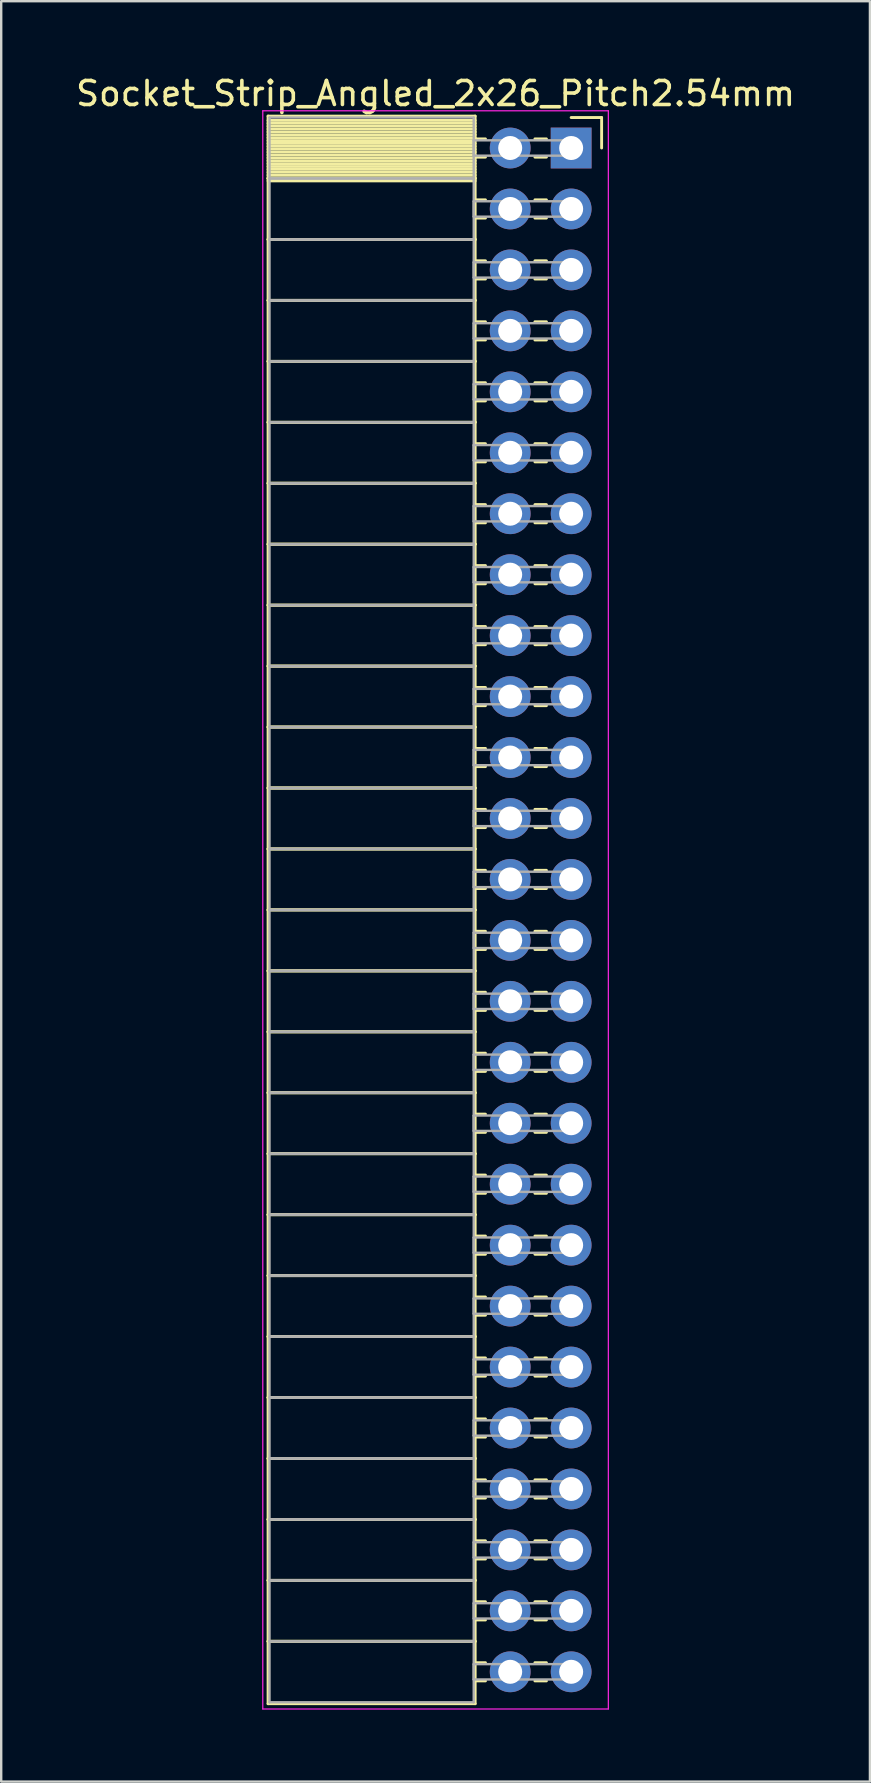
<source format=kicad_pcb>
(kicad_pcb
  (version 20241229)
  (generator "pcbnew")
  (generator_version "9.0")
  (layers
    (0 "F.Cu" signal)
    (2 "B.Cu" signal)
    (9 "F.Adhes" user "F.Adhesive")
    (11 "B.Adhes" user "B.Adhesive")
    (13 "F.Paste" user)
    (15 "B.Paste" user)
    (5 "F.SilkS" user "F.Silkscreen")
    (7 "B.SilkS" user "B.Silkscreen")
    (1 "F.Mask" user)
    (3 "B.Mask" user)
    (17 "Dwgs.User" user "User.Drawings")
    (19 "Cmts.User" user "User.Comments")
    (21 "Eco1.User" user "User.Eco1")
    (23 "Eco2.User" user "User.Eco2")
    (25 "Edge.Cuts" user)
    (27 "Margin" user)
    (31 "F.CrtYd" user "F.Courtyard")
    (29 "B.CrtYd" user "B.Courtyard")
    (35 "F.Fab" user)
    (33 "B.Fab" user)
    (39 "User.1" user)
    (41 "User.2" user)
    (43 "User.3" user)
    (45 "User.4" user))
  (footprint "Socket_Strip_Angled_2x26_Pitch2.54mm"
    (layer "F.Cu")
    (at 20.751 3.118)
    (property "Reference" "Socket_Strip_Angled_2x26_Pitch2.54mm" (at -5.65 -2.27 0) (layer "F.SilkS") (effects (font (size 1 1) (thickness 0.15))))
    (attr through_hole)
    (fp_line (start -12.63 -1.33) (end -4 -1.33) (stroke (width 0.12) (type solid)) (layer "F.SilkS"))
    (fp_line (start -12.63 1.27) (end -12.63 -1.33) (stroke (width 0.12) (type solid)) (layer "F.SilkS"))
    (fp_line (start -12.63 1.27) (end -4 1.27) (stroke (width 0.12) (type solid)) (layer "F.SilkS"))
    (fp_line (start -12.63 3.81) (end -12.63 1.27) (stroke (width 0.12) (type solid)) (layer "F.SilkS"))
    (fp_line (start -12.63 3.81) (end -4 3.81) (stroke (width 0.12) (type solid)) (layer "F.SilkS"))
    (fp_line (start -12.63 6.35) (end -12.63 3.81) (stroke (width 0.12) (type solid)) (layer "F.SilkS"))
    (fp_line (start -12.63 6.35) (end -4 6.35) (stroke (width 0.12) (type solid)) (layer "F.SilkS"))
    (fp_line (start -12.63 8.89) (end -12.63 6.35) (stroke (width 0.12) (type solid)) (layer "F.SilkS"))
    (fp_line (start -12.63 8.89) (end -4 8.89) (stroke (width 0.12) (type solid)) (layer "F.SilkS"))
    (fp_line (start -12.63 11.43) (end -12.63 8.89) (stroke (width 0.12) (type solid)) (layer "F.SilkS"))
    (fp_line (start -12.63 11.43) (end -4 11.43) (stroke (width 0.12) (type solid)) (layer "F.SilkS"))
    (fp_line (start -12.63 13.97) (end -12.63 11.43) (stroke (width 0.12) (type solid)) (layer "F.SilkS"))
    (fp_line (start -12.63 13.97) (end -4 13.97) (stroke (width 0.12) (type solid)) (layer "F.SilkS"))
    (fp_line (start -12.63 16.51) (end -12.63 13.97) (stroke (width 0.12) (type solid)) (layer "F.SilkS"))
    (fp_line (start -12.63 16.51) (end -4 16.51) (stroke (width 0.12) (type solid)) (layer "F.SilkS"))
    (fp_line (start -12.63 19.05) (end -12.63 16.51) (stroke (width 0.12) (type solid)) (layer "F.SilkS"))
    (fp_line (start -12.63 19.05) (end -4 19.05) (stroke (width 0.12) (type solid)) (layer "F.SilkS"))
    (fp_line (start -12.63 21.59) (end -12.63 19.05) (stroke (width 0.12) (type solid)) (layer "F.SilkS"))
    (fp_line (start -12.63 21.59) (end -4 21.59) (stroke (width 0.12) (type solid)) (layer "F.SilkS"))
    (fp_line (start -12.63 24.13) (end -12.63 21.59) (stroke (width 0.12) (type solid)) (layer "F.SilkS"))
    (fp_line (start -12.63 24.13) (end -4 24.13) (stroke (width 0.12) (type solid)) (layer "F.SilkS"))
    (fp_line (start -12.63 26.67) (end -12.63 24.13) (stroke (width 0.12) (type solid)) (layer "F.SilkS"))
    (fp_line (start -12.63 26.67) (end -4 26.67) (stroke (width 0.12) (type solid)) (layer "F.SilkS"))
    (fp_line (start -12.63 29.21) (end -12.63 26.67) (stroke (width 0.12) (type solid)) (layer "F.SilkS"))
    (fp_line (start -12.63 29.21) (end -4 29.21) (stroke (width 0.12) (type solid)) (layer "F.SilkS"))
    (fp_line (start -12.63 31.75) (end -12.63 29.21) (stroke (width 0.12) (type solid)) (layer "F.SilkS"))
    (fp_line (start -12.63 31.75) (end -4 31.75) (stroke (width 0.12) (type solid)) (layer "F.SilkS"))
    (fp_line (start -12.63 34.29) (end -12.63 31.75) (stroke (width 0.12) (type solid)) (layer "F.SilkS"))
    (fp_line (start -12.63 34.29) (end -4 34.29) (stroke (width 0.12) (type solid)) (layer "F.SilkS"))
    (fp_line (start -12.63 36.83) (end -12.63 34.29) (stroke (width 0.12) (type solid)) (layer "F.SilkS"))
    (fp_line (start -12.63 36.83) (end -4 36.83) (stroke (width 0.12) (type solid)) (layer "F.SilkS"))
    (fp_line (start -12.63 39.37) (end -12.63 36.83) (stroke (width 0.12) (type solid)) (layer "F.SilkS"))
    (fp_line (start -12.63 39.37) (end -4 39.37) (stroke (width 0.12) (type solid)) (layer "F.SilkS"))
    (fp_line (start -12.63 41.91) (end -12.63 39.37) (stroke (width 0.12) (type solid)) (layer "F.SilkS"))
    (fp_line (start -12.63 41.91) (end -4 41.91) (stroke (width 0.12) (type solid)) (layer "F.SilkS"))
    (fp_line (start -12.63 44.45) (end -12.63 41.91) (stroke (width 0.12) (type solid)) (layer "F.SilkS"))
    (fp_line (start -12.63 44.45) (end -4 44.45) (stroke (width 0.12) (type solid)) (layer "F.SilkS"))
    (fp_line (start -12.63 46.99) (end -12.63 44.45) (stroke (width 0.12) (type solid)) (layer "F.SilkS"))
    (fp_line (start -12.63 46.99) (end -4 46.99) (stroke (width 0.12) (type solid)) (layer "F.SilkS"))
    (fp_line (start -12.63 49.53) (end -12.63 46.99) (stroke (width 0.12) (type solid)) (layer "F.SilkS"))
    (fp_line (start -12.63 49.53) (end -4 49.53) (stroke (width 0.12) (type solid)) (layer "F.SilkS"))
    (fp_line (start -12.63 52.07) (end -12.63 49.53) (stroke (width 0.12) (type solid)) (layer "F.SilkS"))
    (fp_line (start -12.63 52.07) (end -4 52.07) (stroke (width 0.12) (type solid)) (layer "F.SilkS"))
    (fp_line (start -12.63 54.61) (end -12.63 52.07) (stroke (width 0.12) (type solid)) (layer "F.SilkS"))
    (fp_line (start -12.63 54.61) (end -4 54.61) (stroke (width 0.12) (type solid)) (layer "F.SilkS"))
    (fp_line (start -12.63 57.15) (end -12.63 54.61) (stroke (width 0.12) (type solid)) (layer "F.SilkS"))
    (fp_line (start -12.63 57.15) (end -4 57.15) (stroke (width 0.12) (type solid)) (layer "F.SilkS"))
    (fp_line (start -12.63 59.69) (end -12.63 57.15) (stroke (width 0.12) (type solid)) (layer "F.SilkS"))
    (fp_line (start -12.63 59.69) (end -4 59.69) (stroke (width 0.12) (type solid)) (layer "F.SilkS"))
    (fp_line (start -12.63 62.23) (end -12.63 59.69) (stroke (width 0.12) (type solid)) (layer "F.SilkS"))
    (fp_line (start -12.63 62.23) (end -4 62.23) (stroke (width 0.12) (type solid)) (layer "F.SilkS"))
    (fp_line (start -12.63 64.83) (end -12.63 62.23) (stroke (width 0.12) (type solid)) (layer "F.SilkS"))
    (fp_line (start -4 -1.33) (end -4 1.27) (stroke (width 0.12) (type solid)) (layer "F.SilkS"))
    (fp_line (start -4 -1.15) (end -12.63 -1.15) (stroke (width 0.12) (type solid)) (layer "F.SilkS"))
    (fp_line (start -4 -1.03) (end -12.63 -1.03) (stroke (width 0.12) (type solid)) (layer "F.SilkS"))
    (fp_line (start -4 -0.91) (end -12.63 -0.91) (stroke (width 0.12) (type solid)) (layer "F.SilkS"))
    (fp_line (start -4 -0.79) (end -12.63 -0.79) (stroke (width 0.12) (type solid)) (layer "F.SilkS"))
    (fp_line (start -4 -0.67) (end -12.63 -0.67) (stroke (width 0.12) (type solid)) (layer "F.SilkS"))
    (fp_line (start -4 -0.55) (end -12.63 -0.55) (stroke (width 0.12) (type solid)) (layer "F.SilkS"))
    (fp_line (start -4 -0.43) (end -12.63 -0.43) (stroke (width 0.12) (type solid)) (layer "F.SilkS"))
    (fp_line (start -4 -0.31) (end -12.63 -0.31) (stroke (width 0.12) (type solid)) (layer "F.SilkS"))
    (fp_line (start -4 -0.19) (end -12.63 -0.19) (stroke (width 0.12) (type solid)) (layer "F.SilkS"))
    (fp_line (start -4 -0.07) (end -12.63 -0.07) (stroke (width 0.12) (type solid)) (layer "F.SilkS"))
    (fp_line (start -4 0.05) (end -12.63 0.05) (stroke (width 0.12) (type solid)) (layer "F.SilkS"))
    (fp_line (start -4 0.17) (end -12.63 0.17) (stroke (width 0.12) (type solid)) (layer "F.SilkS"))
    (fp_line (start -4 0.29) (end -12.63 0.29) (stroke (width 0.12) (type solid)) (layer "F.SilkS"))
    (fp_line (start -4 0.41) (end -12.63 0.41) (stroke (width 0.12) (type solid)) (layer "F.SilkS"))
    (fp_line (start -4 0.53) (end -12.63 0.53) (stroke (width 0.12) (type solid)) (layer "F.SilkS"))
    (fp_line (start -4 0.65) (end -12.63 0.65) (stroke (width 0.12) (type solid)) (layer "F.SilkS"))
    (fp_line (start -4 0.77) (end -12.63 0.77) (stroke (width 0.12) (type solid)) (layer "F.SilkS"))
    (fp_line (start -4 0.89) (end -12.63 0.89) (stroke (width 0.12) (type solid)) (layer "F.SilkS"))
    (fp_line (start -4 1.01) (end -12.63 1.01) (stroke (width 0.12) (type solid)) (layer "F.SilkS"))
    (fp_line (start -4 1.13) (end -12.63 1.13) (stroke (width 0.12) (type solid)) (layer "F.SilkS"))
    (fp_line (start -4 1.25) (end -12.63 1.25) (stroke (width 0.12) (type solid)) (layer "F.SilkS"))
    (fp_line (start -4 1.27) (end -12.63 1.27) (stroke (width 0.12) (type solid)) (layer "F.SilkS"))
    (fp_line (start -4 1.27) (end -4 3.81) (stroke (width 0.12) (type solid)) (layer "F.SilkS"))
    (fp_line (start -4 1.37) (end -12.63 1.37) (stroke (width 0.12) (type solid)) (layer "F.SilkS"))
    (fp_line (start -4 3.81) (end -12.63 3.81) (stroke (width 0.12) (type solid)) (layer "F.SilkS"))
    (fp_line (start -4 3.81) (end -4 6.35) (stroke (width 0.12) (type solid)) (layer "F.SilkS"))
    (fp_line (start -4 6.35) (end -12.63 6.35) (stroke (width 0.12) (type solid)) (layer "F.SilkS"))
    (fp_line (start -4 6.35) (end -4 8.89) (stroke (width 0.12) (type solid)) (layer "F.SilkS"))
    (fp_line (start -4 8.89) (end -12.63 8.89) (stroke (width 0.12) (type solid)) (layer "F.SilkS"))
    (fp_line (start -4 8.89) (end -4 11.43) (stroke (width 0.12) (type solid)) (layer "F.SilkS"))
    (fp_line (start -4 11.43) (end -12.63 11.43) (stroke (width 0.12) (type solid)) (layer "F.SilkS"))
    (fp_line (start -4 11.43) (end -4 13.97) (stroke (width 0.12) (type solid)) (layer "F.SilkS"))
    (fp_line (start -4 13.97) (end -12.63 13.97) (stroke (width 0.12) (type solid)) (layer "F.SilkS"))
    (fp_line (start -4 13.97) (end -4 16.51) (stroke (width 0.12) (type solid)) (layer "F.SilkS"))
    (fp_line (start -4 16.51) (end -12.63 16.51) (stroke (width 0.12) (type solid)) (layer "F.SilkS"))
    (fp_line (start -4 16.51) (end -4 19.05) (stroke (width 0.12) (type solid)) (layer "F.SilkS"))
    (fp_line (start -4 19.05) (end -12.63 19.05) (stroke (width 0.12) (type solid)) (layer "F.SilkS"))
    (fp_line (start -4 19.05) (end -4 21.59) (stroke (width 0.12) (type solid)) (layer "F.SilkS"))
    (fp_line (start -4 21.59) (end -12.63 21.59) (stroke (width 0.12) (type solid)) (layer "F.SilkS"))
    (fp_line (start -4 21.59) (end -4 24.13) (stroke (width 0.12) (type solid)) (layer "F.SilkS"))
    (fp_line (start -4 24.13) (end -12.63 24.13) (stroke (width 0.12) (type solid)) (layer "F.SilkS"))
    (fp_line (start -4 24.13) (end -4 26.67) (stroke (width 0.12) (type solid)) (layer "F.SilkS"))
    (fp_line (start -4 26.67) (end -12.63 26.67) (stroke (width 0.12) (type solid)) (layer "F.SilkS"))
    (fp_line (start -4 26.67) (end -4 29.21) (stroke (width 0.12) (type solid)) (layer "F.SilkS"))
    (fp_line (start -4 29.21) (end -12.63 29.21) (stroke (width 0.12) (type solid)) (layer "F.SilkS"))
    (fp_line (start -4 29.21) (end -4 31.75) (stroke (width 0.12) (type solid)) (layer "F.SilkS"))
    (fp_line (start -4 31.75) (end -12.63 31.75) (stroke (width 0.12) (type solid)) (layer "F.SilkS"))
    (fp_line (start -4 31.75) (end -4 34.29) (stroke (width 0.12) (type solid)) (layer "F.SilkS"))
    (fp_line (start -4 34.29) (end -12.63 34.29) (stroke (width 0.12) (type solid)) (layer "F.SilkS"))
    (fp_line (start -4 34.29) (end -4 36.83) (stroke (width 0.12) (type solid)) (layer "F.SilkS"))
    (fp_line (start -4 36.83) (end -12.63 36.83) (stroke (width 0.12) (type solid)) (layer "F.SilkS"))
    (fp_line (start -4 36.83) (end -4 39.37) (stroke (width 0.12) (type solid)) (layer "F.SilkS"))
    (fp_line (start -4 39.37) (end -12.63 39.37) (stroke (width 0.12) (type solid)) (layer "F.SilkS"))
    (fp_line (start -4 39.37) (end -4 41.91) (stroke (width 0.12) (type solid)) (layer "F.SilkS"))
    (fp_line (start -4 41.91) (end -12.63 41.91) (stroke (width 0.12) (type solid)) (layer "F.SilkS"))
    (fp_line (start -4 41.91) (end -4 44.45) (stroke (width 0.12) (type solid)) (layer "F.SilkS"))
    (fp_line (start -4 44.45) (end -12.63 44.45) (stroke (width 0.12) (type solid)) (layer "F.SilkS"))
    (fp_line (start -4 44.45) (end -4 46.99) (stroke (width 0.12) (type solid)) (layer "F.SilkS"))
    (fp_line (start -4 46.99) (end -12.63 46.99) (stroke (width 0.12) (type solid)) (layer "F.SilkS"))
    (fp_line (start -4 46.99) (end -4 49.53) (stroke (width 0.12) (type solid)) (layer "F.SilkS"))
    (fp_line (start -4 49.53) (end -12.63 49.53) (stroke (width 0.12) (type solid)) (layer "F.SilkS"))
    (fp_line (start -4 49.53) (end -4 52.07) (stroke (width 0.12) (type solid)) (layer "F.SilkS"))
    (fp_line (start -4 52.07) (end -12.63 52.07) (stroke (width 0.12) (type solid)) (layer "F.SilkS"))
    (fp_line (start -4 52.07) (end -4 54.61) (stroke (width 0.12) (type solid)) (layer "F.SilkS"))
    (fp_line (start -4 54.61) (end -12.63 54.61) (stroke (width 0.12) (type solid)) (layer "F.SilkS"))
    (fp_line (start -4 54.61) (end -4 57.15) (stroke (width 0.12) (type solid)) (layer "F.SilkS"))
    (fp_line (start -4 57.15) (end -12.63 57.15) (stroke (width 0.12) (type solid)) (layer "F.SilkS"))
    (fp_line (start -4 57.15) (end -4 59.69) (stroke (width 0.12) (type solid)) (layer "F.SilkS"))
    (fp_line (start -4 59.69) (end -12.63 59.69) (stroke (width 0.12) (type solid)) (layer "F.SilkS"))
    (fp_line (start -4 59.69) (end -4 62.23) (stroke (width 0.12) (type solid)) (layer "F.SilkS"))
    (fp_line (start -4 62.23) (end -12.63 62.23) (stroke (width 0.12) (type solid)) (layer "F.SilkS"))
    (fp_line (start -4 62.23) (end -4 64.83) (stroke (width 0.12) (type solid)) (layer "F.SilkS"))
    (fp_line (start -4 64.83) (end -12.63 64.83) (stroke (width 0.12) (type solid)) (layer "F.SilkS"))
    (fp_line (start -3.57 -0.38) (end -4 -0.38) (stroke (width 0.12) (type solid)) (layer "F.SilkS"))
    (fp_line (start -3.57 0.38) (end -4 0.38) (stroke (width 0.12) (type solid)) (layer "F.SilkS"))
    (fp_line (start -3.57 2.16) (end -4 2.16) (stroke (width 0.12) (type solid)) (layer "F.SilkS"))
    (fp_line (start -3.57 2.92) (end -4 2.92) (stroke (width 0.12) (type solid)) (layer "F.SilkS"))
    (fp_line (start -3.57 4.7) (end -4 4.7) (stroke (width 0.12) (type solid)) (layer "F.SilkS"))
    (fp_line (start -3.57 5.46) (end -4 5.46) (stroke (width 0.12) (type solid)) (layer "F.SilkS"))
    (fp_line (start -3.57 7.24) (end -4 7.24) (stroke (width 0.12) (type solid)) (layer "F.SilkS"))
    (fp_line (start -3.57 8) (end -4 8) (stroke (width 0.12) (type solid)) (layer "F.SilkS"))
    (fp_line (start -3.57 9.78) (end -4 9.78) (stroke (width 0.12) (type solid)) (layer "F.SilkS"))
    (fp_line (start -3.57 10.54) (end -4 10.54) (stroke (width 0.12) (type solid)) (layer "F.SilkS"))
    (fp_line (start -3.57 12.32) (end -4 12.32) (stroke (width 0.12) (type solid)) (layer "F.SilkS"))
    (fp_line (start -3.57 13.08) (end -4 13.08) (stroke (width 0.12) (type solid)) (layer "F.SilkS"))
    (fp_line (start -3.57 14.86) (end -4 14.86) (stroke (width 0.12) (type solid)) (layer "F.SilkS"))
    (fp_line (start -3.57 15.62) (end -4 15.62) (stroke (width 0.12) (type solid)) (layer "F.SilkS"))
    (fp_line (start -3.57 17.4) (end -4 17.4) (stroke (width 0.12) (type solid)) (layer "F.SilkS"))
    (fp_line (start -3.57 18.16) (end -4 18.16) (stroke (width 0.12) (type solid)) (layer "F.SilkS"))
    (fp_line (start -3.57 19.94) (end -4 19.94) (stroke (width 0.12) (type solid)) (layer "F.SilkS"))
    (fp_line (start -3.57 20.7) (end -4 20.7) (stroke (width 0.12) (type solid)) (layer "F.SilkS"))
    (fp_line (start -3.57 22.48) (end -4 22.48) (stroke (width 0.12) (type solid)) (layer "F.SilkS"))
    (fp_line (start -3.57 23.24) (end -4 23.24) (stroke (width 0.12) (type solid)) (layer "F.SilkS"))
    (fp_line (start -3.57 25.02) (end -4 25.02) (stroke (width 0.12) (type solid)) (layer "F.SilkS"))
    (fp_line (start -3.57 25.78) (end -4 25.78) (stroke (width 0.12) (type solid)) (layer "F.SilkS"))
    (fp_line (start -3.57 27.56) (end -4 27.56) (stroke (width 0.12) (type solid)) (layer "F.SilkS"))
    (fp_line (start -3.57 28.32) (end -4 28.32) (stroke (width 0.12) (type solid)) (layer "F.SilkS"))
    (fp_line (start -3.57 30.1) (end -4 30.1) (stroke (width 0.12) (type solid)) (layer "F.SilkS"))
    (fp_line (start -3.57 30.86) (end -4 30.86) (stroke (width 0.12) (type solid)) (layer "F.SilkS"))
    (fp_line (start -3.57 32.64) (end -4 32.64) (stroke (width 0.12) (type solid)) (layer "F.SilkS"))
    (fp_line (start -3.57 33.4) (end -4 33.4) (stroke (width 0.12) (type solid)) (layer "F.SilkS"))
    (fp_line (start -3.57 35.18) (end -4 35.18) (stroke (width 0.12) (type solid)) (layer "F.SilkS"))
    (fp_line (start -3.57 35.94) (end -4 35.94) (stroke (width 0.12) (type solid)) (layer "F.SilkS"))
    (fp_line (start -3.57 37.72) (end -4 37.72) (stroke (width 0.12) (type solid)) (layer "F.SilkS"))
    (fp_line (start -3.57 38.48) (end -4 38.48) (stroke (width 0.12) (type solid)) (layer "F.SilkS"))
    (fp_line (start -3.57 40.26) (end -4 40.26) (stroke (width 0.12) (type solid)) (layer "F.SilkS"))
    (fp_line (start -3.57 41.02) (end -4 41.02) (stroke (width 0.12) (type solid)) (layer "F.SilkS"))
    (fp_line (start -3.57 42.8) (end -4 42.8) (stroke (width 0.12) (type solid)) (layer "F.SilkS"))
    (fp_line (start -3.57 43.56) (end -4 43.56) (stroke (width 0.12) (type solid)) (layer "F.SilkS"))
    (fp_line (start -3.57 45.34) (end -4 45.34) (stroke (width 0.12) (type solid)) (layer "F.SilkS"))
    (fp_line (start -3.57 46.1) (end -4 46.1) (stroke (width 0.12) (type solid)) (layer "F.SilkS"))
    (fp_line (start -3.57 47.88) (end -4 47.88) (stroke (width 0.12) (type solid)) (layer "F.SilkS"))
    (fp_line (start -3.57 48.64) (end -4 48.64) (stroke (width 0.12) (type solid)) (layer "F.SilkS"))
    (fp_line (start -3.57 50.42) (end -4 50.42) (stroke (width 0.12) (type solid)) (layer "F.SilkS"))
    (fp_line (start -3.57 51.18) (end -4 51.18) (stroke (width 0.12) (type solid)) (layer "F.SilkS"))
    (fp_line (start -3.57 52.96) (end -4 52.96) (stroke (width 0.12) (type solid)) (layer "F.SilkS"))
    (fp_line (start -3.57 53.72) (end -4 53.72) (stroke (width 0.12) (type solid)) (layer "F.SilkS"))
    (fp_line (start -3.57 55.5) (end -4 55.5) (stroke (width 0.12) (type solid)) (layer "F.SilkS"))
    (fp_line (start -3.57 56.26) (end -4 56.26) (stroke (width 0.12) (type solid)) (layer "F.SilkS"))
    (fp_line (start -3.57 58.04) (end -4 58.04) (stroke (width 0.12) (type solid)) (layer "F.SilkS"))
    (fp_line (start -3.57 58.8) (end -4 58.8) (stroke (width 0.12) (type solid)) (layer "F.SilkS"))
    (fp_line (start -3.57 60.58) (end -4 60.58) (stroke (width 0.12) (type solid)) (layer "F.SilkS"))
    (fp_line (start -3.57 61.34) (end -4 61.34) (stroke (width 0.12) (type solid)) (layer "F.SilkS"))
    (fp_line (start -3.57 63.12) (end -4 63.12) (stroke (width 0.12) (type solid)) (layer "F.SilkS"))
    (fp_line (start -3.57 63.88) (end -4 63.88) (stroke (width 0.12) (type solid)) (layer "F.SilkS"))
    (fp_line (start -1.03 -0.38) (end -1.51 -0.38) (stroke (width 0.12) (type solid)) (layer "F.SilkS"))
    (fp_line (start -1.03 0.38) (end -1.51 0.38) (stroke (width 0.12) (type solid)) (layer "F.SilkS"))
    (fp_line (start -1.03 2.16) (end -1.51 2.16) (stroke (width 0.12) (type solid)) (layer "F.SilkS"))
    (fp_line (start -1.03 2.92) (end -1.51 2.92) (stroke (width 0.12) (type solid)) (layer "F.SilkS"))
    (fp_line (start -1.03 4.7) (end -1.51 4.7) (stroke (width 0.12) (type solid)) (layer "F.SilkS"))
    (fp_line (start -1.03 5.46) (end -1.51 5.46) (stroke (width 0.12) (type solid)) (layer "F.SilkS"))
    (fp_line (start -1.03 7.24) (end -1.51 7.24) (stroke (width 0.12) (type solid)) (layer "F.SilkS"))
    (fp_line (start -1.03 8) (end -1.51 8) (stroke (width 0.12) (type solid)) (layer "F.SilkS"))
    (fp_line (start -1.03 9.78) (end -1.51 9.78) (stroke (width 0.12) (type solid)) (layer "F.SilkS"))
    (fp_line (start -1.03 10.54) (end -1.51 10.54) (stroke (width 0.12) (type solid)) (layer "F.SilkS"))
    (fp_line (start -1.03 12.32) (end -1.51 12.32) (stroke (width 0.12) (type solid)) (layer "F.SilkS"))
    (fp_line (start -1.03 13.08) (end -1.51 13.08) (stroke (width 0.12) (type solid)) (layer "F.SilkS"))
    (fp_line (start -1.03 14.86) (end -1.51 14.86) (stroke (width 0.12) (type solid)) (layer "F.SilkS"))
    (fp_line (start -1.03 15.62) (end -1.51 15.62) (stroke (width 0.12) (type solid)) (layer "F.SilkS"))
    (fp_line (start -1.03 17.4) (end -1.51 17.4) (stroke (width 0.12) (type solid)) (layer "F.SilkS"))
    (fp_line (start -1.03 18.16) (end -1.51 18.16) (stroke (width 0.12) (type solid)) (layer "F.SilkS"))
    (fp_line (start -1.03 19.94) (end -1.51 19.94) (stroke (width 0.12) (type solid)) (layer "F.SilkS"))
    (fp_line (start -1.03 20.7) (end -1.51 20.7) (stroke (width 0.12) (type solid)) (layer "F.SilkS"))
    (fp_line (start -1.03 22.48) (end -1.51 22.48) (stroke (width 0.12) (type solid)) (layer "F.SilkS"))
    (fp_line (start -1.03 23.24) (end -1.51 23.24) (stroke (width 0.12) (type solid)) (layer "F.SilkS"))
    (fp_line (start -1.03 25.02) (end -1.51 25.02) (stroke (width 0.12) (type solid)) (layer "F.SilkS"))
    (fp_line (start -1.03 25.78) (end -1.51 25.78) (stroke (width 0.12) (type solid)) (layer "F.SilkS"))
    (fp_line (start -1.03 27.56) (end -1.51 27.56) (stroke (width 0.12) (type solid)) (layer "F.SilkS"))
    (fp_line (start -1.03 28.32) (end -1.51 28.32) (stroke (width 0.12) (type solid)) (layer "F.SilkS"))
    (fp_line (start -1.03 30.1) (end -1.51 30.1) (stroke (width 0.12) (type solid)) (layer "F.SilkS"))
    (fp_line (start -1.03 30.86) (end -1.51 30.86) (stroke (width 0.12) (type solid)) (layer "F.SilkS"))
    (fp_line (start -1.03 32.64) (end -1.51 32.64) (stroke (width 0.12) (type solid)) (layer "F.SilkS"))
    (fp_line (start -1.03 33.4) (end -1.51 33.4) (stroke (width 0.12) (type solid)) (layer "F.SilkS"))
    (fp_line (start -1.03 35.18) (end -1.51 35.18) (stroke (width 0.12) (type solid)) (layer "F.SilkS"))
    (fp_line (start -1.03 35.94) (end -1.51 35.94) (stroke (width 0.12) (type solid)) (layer "F.SilkS"))
    (fp_line (start -1.03 37.72) (end -1.51 37.72) (stroke (width 0.12) (type solid)) (layer "F.SilkS"))
    (fp_line (start -1.03 38.48) (end -1.51 38.48) (stroke (width 0.12) (type solid)) (layer "F.SilkS"))
    (fp_line (start -1.03 40.26) (end -1.51 40.26) (stroke (width 0.12) (type solid)) (layer "F.SilkS"))
    (fp_line (start -1.03 41.02) (end -1.51 41.02) (stroke (width 0.12) (type solid)) (layer "F.SilkS"))
    (fp_line (start -1.03 42.8) (end -1.51 42.8) (stroke (width 0.12) (type solid)) (layer "F.SilkS"))
    (fp_line (start -1.03 43.56) (end -1.51 43.56) (stroke (width 0.12) (type solid)) (layer "F.SilkS"))
    (fp_line (start -1.03 45.34) (end -1.51 45.34) (stroke (width 0.12) (type solid)) (layer "F.SilkS"))
    (fp_line (start -1.03 46.1) (end -1.51 46.1) (stroke (width 0.12) (type solid)) (layer "F.SilkS"))
    (fp_line (start -1.03 47.88) (end -1.51 47.88) (stroke (width 0.12) (type solid)) (layer "F.SilkS"))
    (fp_line (start -1.03 48.64) (end -1.51 48.64) (stroke (width 0.12) (type solid)) (layer "F.SilkS"))
    (fp_line (start -1.03 50.42) (end -1.51 50.42) (stroke (width 0.12) (type solid)) (layer "F.SilkS"))
    (fp_line (start -1.03 51.18) (end -1.51 51.18) (stroke (width 0.12) (type solid)) (layer "F.SilkS"))
    (fp_line (start -1.03 52.96) (end -1.51 52.96) (stroke (width 0.12) (type solid)) (layer "F.SilkS"))
    (fp_line (start -1.03 53.72) (end -1.51 53.72) (stroke (width 0.12) (type solid)) (layer "F.SilkS"))
    (fp_line (start -1.03 55.5) (end -1.51 55.5) (stroke (width 0.12) (type solid)) (layer "F.SilkS"))
    (fp_line (start -1.03 56.26) (end -1.51 56.26) (stroke (width 0.12) (type solid)) (layer "F.SilkS"))
    (fp_line (start -1.03 58.04) (end -1.51 58.04) (stroke (width 0.12) (type solid)) (layer "F.SilkS"))
    (fp_line (start -1.03 58.8) (end -1.51 58.8) (stroke (width 0.12) (type solid)) (layer "F.SilkS"))
    (fp_line (start -1.03 60.58) (end -1.51 60.58) (stroke (width 0.12) (type solid)) (layer "F.SilkS"))
    (fp_line (start -1.03 61.34) (end -1.51 61.34) (stroke (width 0.12) (type solid)) (layer "F.SilkS"))
    (fp_line (start -1.03 63.12) (end -1.51 63.12) (stroke (width 0.12) (type solid)) (layer "F.SilkS"))
    (fp_line (start -1.03 63.88) (end -1.51 63.88) (stroke (width 0.12) (type solid)) (layer "F.SilkS"))
    (fp_line (start 0 -1.27) (end 1.27 -1.27) (stroke (width 0.12) (type solid)) (layer "F.SilkS"))
    (fp_line (start 1.27 -1.27) (end 1.27 0) (stroke (width 0.12) (type solid)) (layer "F.SilkS"))
    (fp_line (start -12.85 -1.55) (end 1.55 -1.55) (stroke (width 0.05) (type solid)) (layer "F.CrtYd"))
    (fp_line (start -12.85 65.05) (end -12.85 -1.55) (stroke (width 0.05) (type solid)) (layer "F.CrtYd"))
    (fp_line (start 1.55 -1.55) (end 1.55 65.05) (stroke (width 0.05) (type solid)) (layer "F.CrtYd"))
    (fp_line (start 1.55 65.05) (end -12.85 65.05) (stroke (width 0.05) (type solid)) (layer "F.CrtYd"))
    (fp_line (start -12.57 -1.27) (end -4.06 -1.27) (stroke (width 0.1) (type solid)) (layer "F.Fab"))
    (fp_line (start -12.57 1.27) (end -12.57 -1.27) (stroke (width 0.1) (type solid)) (layer "F.Fab"))
    (fp_line (start -12.57 1.27) (end -4.06 1.27) (stroke (width 0.1) (type solid)) (layer "F.Fab"))
    (fp_line (start -12.57 3.81) (end -12.57 1.27) (stroke (width 0.1) (type solid)) (layer "F.Fab"))
    (fp_line (start -12.57 3.81) (end -4.06 3.81) (stroke (width 0.1) (type solid)) (layer "F.Fab"))
    (fp_line (start -12.57 6.35) (end -12.57 3.81) (stroke (width 0.1) (type solid)) (layer "F.Fab"))
    (fp_line (start -12.57 6.35) (end -4.06 6.35) (stroke (width 0.1) (type solid)) (layer "F.Fab"))
    (fp_line (start -12.57 8.89) (end -12.57 6.35) (stroke (width 0.1) (type solid)) (layer "F.Fab"))
    (fp_line (start -12.57 8.89) (end -4.06 8.89) (stroke (width 0.1) (type solid)) (layer "F.Fab"))
    (fp_line (start -12.57 11.43) (end -12.57 8.89) (stroke (width 0.1) (type solid)) (layer "F.Fab"))
    (fp_line (start -12.57 11.43) (end -4.06 11.43) (stroke (width 0.1) (type solid)) (layer "F.Fab"))
    (fp_line (start -12.57 13.97) (end -12.57 11.43) (stroke (width 0.1) (type solid)) (layer "F.Fab"))
    (fp_line (start -12.57 13.97) (end -4.06 13.97) (stroke (width 0.1) (type solid)) (layer "F.Fab"))
    (fp_line (start -12.57 16.51) (end -12.57 13.97) (stroke (width 0.1) (type solid)) (layer "F.Fab"))
    (fp_line (start -12.57 16.51) (end -4.06 16.51) (stroke (width 0.1) (type solid)) (layer "F.Fab"))
    (fp_line (start -12.57 19.05) (end -12.57 16.51) (stroke (width 0.1) (type solid)) (layer "F.Fab"))
    (fp_line (start -12.57 19.05) (end -4.06 19.05) (stroke (width 0.1) (type solid)) (layer "F.Fab"))
    (fp_line (start -12.57 21.59) (end -12.57 19.05) (stroke (width 0.1) (type solid)) (layer "F.Fab"))
    (fp_line (start -12.57 21.59) (end -4.06 21.59) (stroke (width 0.1) (type solid)) (layer "F.Fab"))
    (fp_line (start -12.57 24.13) (end -12.57 21.59) (stroke (width 0.1) (type solid)) (layer "F.Fab"))
    (fp_line (start -12.57 24.13) (end -4.06 24.13) (stroke (width 0.1) (type solid)) (layer "F.Fab"))
    (fp_line (start -12.57 26.67) (end -12.57 24.13) (stroke (width 0.1) (type solid)) (layer "F.Fab"))
    (fp_line (start -12.57 26.67) (end -4.06 26.67) (stroke (width 0.1) (type solid)) (layer "F.Fab"))
    (fp_line (start -12.57 29.21) (end -12.57 26.67) (stroke (width 0.1) (type solid)) (layer "F.Fab"))
    (fp_line (start -12.57 29.21) (end -4.06 29.21) (stroke (width 0.1) (type solid)) (layer "F.Fab"))
    (fp_line (start -12.57 31.75) (end -12.57 29.21) (stroke (width 0.1) (type solid)) (layer "F.Fab"))
    (fp_line (start -12.57 31.75) (end -4.06 31.75) (stroke (width 0.1) (type solid)) (layer "F.Fab"))
    (fp_line (start -12.57 34.29) (end -12.57 31.75) (stroke (width 0.1) (type solid)) (layer "F.Fab"))
    (fp_line (start -12.57 34.29) (end -4.06 34.29) (stroke (width 0.1) (type solid)) (layer "F.Fab"))
    (fp_line (start -12.57 36.83) (end -12.57 34.29) (stroke (width 0.1) (type solid)) (layer "F.Fab"))
    (fp_line (start -12.57 36.83) (end -4.06 36.83) (stroke (width 0.1) (type solid)) (layer "F.Fab"))
    (fp_line (start -12.57 39.37) (end -12.57 36.83) (stroke (width 0.1) (type solid)) (layer "F.Fab"))
    (fp_line (start -12.57 39.37) (end -4.06 39.37) (stroke (width 0.1) (type solid)) (layer "F.Fab"))
    (fp_line (start -12.57 41.91) (end -12.57 39.37) (stroke (width 0.1) (type solid)) (layer "F.Fab"))
    (fp_line (start -12.57 41.91) (end -4.06 41.91) (stroke (width 0.1) (type solid)) (layer "F.Fab"))
    (fp_line (start -12.57 44.45) (end -12.57 41.91) (stroke (width 0.1) (type solid)) (layer "F.Fab"))
    (fp_line (start -12.57 44.45) (end -4.06 44.45) (stroke (width 0.1) (type solid)) (layer "F.Fab"))
    (fp_line (start -12.57 46.99) (end -12.57 44.45) (stroke (width 0.1) (type solid)) (layer "F.Fab"))
    (fp_line (start -12.57 46.99) (end -4.06 46.99) (stroke (width 0.1) (type solid)) (layer "F.Fab"))
    (fp_line (start -12.57 49.53) (end -12.57 46.99) (stroke (width 0.1) (type solid)) (layer "F.Fab"))
    (fp_line (start -12.57 49.53) (end -4.06 49.53) (stroke (width 0.1) (type solid)) (layer "F.Fab"))
    (fp_line (start -12.57 52.07) (end -12.57 49.53) (stroke (width 0.1) (type solid)) (layer "F.Fab"))
    (fp_line (start -12.57 52.07) (end -4.06 52.07) (stroke (width 0.1) (type solid)) (layer "F.Fab"))
    (fp_line (start -12.57 54.61) (end -12.57 52.07) (stroke (width 0.1) (type solid)) (layer "F.Fab"))
    (fp_line (start -12.57 54.61) (end -4.06 54.61) (stroke (width 0.1) (type solid)) (layer "F.Fab"))
    (fp_line (start -12.57 57.15) (end -12.57 54.61) (stroke (width 0.1) (type solid)) (layer "F.Fab"))
    (fp_line (start -12.57 57.15) (end -4.06 57.15) (stroke (width 0.1) (type solid)) (layer "F.Fab"))
    (fp_line (start -12.57 59.69) (end -12.57 57.15) (stroke (width 0.1) (type solid)) (layer "F.Fab"))
    (fp_line (start -12.57 59.69) (end -4.06 59.69) (stroke (width 0.1) (type solid)) (layer "F.Fab"))
    (fp_line (start -12.57 62.23) (end -12.57 59.69) (stroke (width 0.1) (type solid)) (layer "F.Fab"))
    (fp_line (start -12.57 62.23) (end -4.06 62.23) (stroke (width 0.1) (type solid)) (layer "F.Fab"))
    (fp_line (start -12.57 64.77) (end -12.57 62.23) (stroke (width 0.1) (type solid)) (layer "F.Fab"))
    (fp_line (start -4.06 -1.27) (end -4.06 1.27) (stroke (width 0.1) (type solid)) (layer "F.Fab"))
    (fp_line (start -4.06 -0.32) (end 0 -0.32) (stroke (width 0.1) (type solid)) (layer "F.Fab"))
    (fp_line (start -4.06 0.32) (end -4.06 -0.32) (stroke (width 0.1) (type solid)) (layer "F.Fab"))
    (fp_line (start -4.06 1.27) (end -12.57 1.27) (stroke (width 0.1) (type solid)) (layer "F.Fab"))
    (fp_line (start -4.06 1.27) (end -4.06 3.81) (stroke (width 0.1) (type solid)) (layer "F.Fab"))
    (fp_line (start -4.06 2.22) (end 0 2.22) (stroke (width 0.1) (type solid)) (layer "F.Fab"))
    (fp_line (start -4.06 2.86) (end -4.06 2.22) (stroke (width 0.1) (type solid)) (layer "F.Fab"))
    (fp_line (start -4.06 3.81) (end -12.57 3.81) (stroke (width 0.1) (type solid)) (layer "F.Fab"))
    (fp_line (start -4.06 3.81) (end -4.06 6.35) (stroke (width 0.1) (type solid)) (layer "F.Fab"))
    (fp_line (start -4.06 4.76) (end 0 4.76) (stroke (width 0.1) (type solid)) (layer "F.Fab"))
    (fp_line (start -4.06 5.4) (end -4.06 4.76) (stroke (width 0.1) (type solid)) (layer "F.Fab"))
    (fp_line (start -4.06 6.35) (end -12.57 6.35) (stroke (width 0.1) (type solid)) (layer "F.Fab"))
    (fp_line (start -4.06 6.35) (end -4.06 8.89) (stroke (width 0.1) (type solid)) (layer "F.Fab"))
    (fp_line (start -4.06 7.3) (end 0 7.3) (stroke (width 0.1) (type solid)) (layer "F.Fab"))
    (fp_line (start -4.06 7.94) (end -4.06 7.3) (stroke (width 0.1) (type solid)) (layer "F.Fab"))
    (fp_line (start -4.06 8.89) (end -12.57 8.89) (stroke (width 0.1) (type solid)) (layer "F.Fab"))
    (fp_line (start -4.06 8.89) (end -4.06 11.43) (stroke (width 0.1) (type solid)) (layer "F.Fab"))
    (fp_line (start -4.06 9.84) (end 0 9.84) (stroke (width 0.1) (type solid)) (layer "F.Fab"))
    (fp_line (start -4.06 10.48) (end -4.06 9.84) (stroke (width 0.1) (type solid)) (layer "F.Fab"))
    (fp_line (start -4.06 11.43) (end -12.57 11.43) (stroke (width 0.1) (type solid)) (layer "F.Fab"))
    (fp_line (start -4.06 11.43) (end -4.06 13.97) (stroke (width 0.1) (type solid)) (layer "F.Fab"))
    (fp_line (start -4.06 12.38) (end 0 12.38) (stroke (width 0.1) (type solid)) (layer "F.Fab"))
    (fp_line (start -4.06 13.02) (end -4.06 12.38) (stroke (width 0.1) (type solid)) (layer "F.Fab"))
    (fp_line (start -4.06 13.97) (end -12.57 13.97) (stroke (width 0.1) (type solid)) (layer "F.Fab"))
    (fp_line (start -4.06 13.97) (end -4.06 16.51) (stroke (width 0.1) (type solid)) (layer "F.Fab"))
    (fp_line (start -4.06 14.92) (end 0 14.92) (stroke (width 0.1) (type solid)) (layer "F.Fab"))
    (fp_line (start -4.06 15.56) (end -4.06 14.92) (stroke (width 0.1) (type solid)) (layer "F.Fab"))
    (fp_line (start -4.06 16.51) (end -12.57 16.51) (stroke (width 0.1) (type solid)) (layer "F.Fab"))
    (fp_line (start -4.06 16.51) (end -4.06 19.05) (stroke (width 0.1) (type solid)) (layer "F.Fab"))
    (fp_line (start -4.06 17.46) (end 0 17.46) (stroke (width 0.1) (type solid)) (layer "F.Fab"))
    (fp_line (start -4.06 18.1) (end -4.06 17.46) (stroke (width 0.1) (type solid)) (layer "F.Fab"))
    (fp_line (start -4.06 19.05) (end -12.57 19.05) (stroke (width 0.1) (type solid)) (layer "F.Fab"))
    (fp_line (start -4.06 19.05) (end -4.06 21.59) (stroke (width 0.1) (type solid)) (layer "F.Fab"))
    (fp_line (start -4.06 20) (end 0 20) (stroke (width 0.1) (type solid)) (layer "F.Fab"))
    (fp_line (start -4.06 20.64) (end -4.06 20) (stroke (width 0.1) (type solid)) (layer "F.Fab"))
    (fp_line (start -4.06 21.59) (end -12.57 21.59) (stroke (width 0.1) (type solid)) (layer "F.Fab"))
    (fp_line (start -4.06 21.59) (end -4.06 24.13) (stroke (width 0.1) (type solid)) (layer "F.Fab"))
    (fp_line (start -4.06 22.54) (end 0 22.54) (stroke (width 0.1) (type solid)) (layer "F.Fab"))
    (fp_line (start -4.06 23.18) (end -4.06 22.54) (stroke (width 0.1) (type solid)) (layer "F.Fab"))
    (fp_line (start -4.06 24.13) (end -12.57 24.13) (stroke (width 0.1) (type solid)) (layer "F.Fab"))
    (fp_line (start -4.06 24.13) (end -4.06 26.67) (stroke (width 0.1) (type solid)) (layer "F.Fab"))
    (fp_line (start -4.06 25.08) (end 0 25.08) (stroke (width 0.1) (type solid)) (layer "F.Fab"))
    (fp_line (start -4.06 25.72) (end -4.06 25.08) (stroke (width 0.1) (type solid)) (layer "F.Fab"))
    (fp_line (start -4.06 26.67) (end -12.57 26.67) (stroke (width 0.1) (type solid)) (layer "F.Fab"))
    (fp_line (start -4.06 26.67) (end -4.06 29.21) (stroke (width 0.1) (type solid)) (layer "F.Fab"))
    (fp_line (start -4.06 27.62) (end 0 27.62) (stroke (width 0.1) (type solid)) (layer "F.Fab"))
    (fp_line (start -4.06 28.26) (end -4.06 27.62) (stroke (width 0.1) (type solid)) (layer "F.Fab"))
    (fp_line (start -4.06 29.21) (end -12.57 29.21) (stroke (width 0.1) (type solid)) (layer "F.Fab"))
    (fp_line (start -4.06 29.21) (end -4.06 31.75) (stroke (width 0.1) (type solid)) (layer "F.Fab"))
    (fp_line (start -4.06 30.16) (end 0 30.16) (stroke (width 0.1) (type solid)) (layer "F.Fab"))
    (fp_line (start -4.06 30.8) (end -4.06 30.16) (stroke (width 0.1) (type solid)) (layer "F.Fab"))
    (fp_line (start -4.06 31.75) (end -12.57 31.75) (stroke (width 0.1) (type solid)) (layer "F.Fab"))
    (fp_line (start -4.06 31.75) (end -4.06 34.29) (stroke (width 0.1) (type solid)) (layer "F.Fab"))
    (fp_line (start -4.06 32.7) (end 0 32.7) (stroke (width 0.1) (type solid)) (layer "F.Fab"))
    (fp_line (start -4.06 33.34) (end -4.06 32.7) (stroke (width 0.1) (type solid)) (layer "F.Fab"))
    (fp_line (start -4.06 34.29) (end -12.57 34.29) (stroke (width 0.1) (type solid)) (layer "F.Fab"))
    (fp_line (start -4.06 34.29) (end -4.06 36.83) (stroke (width 0.1) (type solid)) (layer "F.Fab"))
    (fp_line (start -4.06 35.24) (end 0 35.24) (stroke (width 0.1) (type solid)) (layer "F.Fab"))
    (fp_line (start -4.06 35.88) (end -4.06 35.24) (stroke (width 0.1) (type solid)) (layer "F.Fab"))
    (fp_line (start -4.06 36.83) (end -12.57 36.83) (stroke (width 0.1) (type solid)) (layer "F.Fab"))
    (fp_line (start -4.06 36.83) (end -4.06 39.37) (stroke (width 0.1) (type solid)) (layer "F.Fab"))
    (fp_line (start -4.06 37.78) (end 0 37.78) (stroke (width 0.1) (type solid)) (layer "F.Fab"))
    (fp_line (start -4.06 38.42) (end -4.06 37.78) (stroke (width 0.1) (type solid)) (layer "F.Fab"))
    (fp_line (start -4.06 39.37) (end -12.57 39.37) (stroke (width 0.1) (type solid)) (layer "F.Fab"))
    (fp_line (start -4.06 39.37) (end -4.06 41.91) (stroke (width 0.1) (type solid)) (layer "F.Fab"))
    (fp_line (start -4.06 40.32) (end 0 40.32) (stroke (width 0.1) (type solid)) (layer "F.Fab"))
    (fp_line (start -4.06 40.96) (end -4.06 40.32) (stroke (width 0.1) (type solid)) (layer "F.Fab"))
    (fp_line (start -4.06 41.91) (end -12.57 41.91) (stroke (width 0.1) (type solid)) (layer "F.Fab"))
    (fp_line (start -4.06 41.91) (end -4.06 44.45) (stroke (width 0.1) (type solid)) (layer "F.Fab"))
    (fp_line (start -4.06 42.86) (end 0 42.86) (stroke (width 0.1) (type solid)) (layer "F.Fab"))
    (fp_line (start -4.06 43.5) (end -4.06 42.86) (stroke (width 0.1) (type solid)) (layer "F.Fab"))
    (fp_line (start -4.06 44.45) (end -12.57 44.45) (stroke (width 0.1) (type solid)) (layer "F.Fab"))
    (fp_line (start -4.06 44.45) (end -4.06 46.99) (stroke (width 0.1) (type solid)) (layer "F.Fab"))
    (fp_line (start -4.06 45.4) (end 0 45.4) (stroke (width 0.1) (type solid)) (layer "F.Fab"))
    (fp_line (start -4.06 46.04) (end -4.06 45.4) (stroke (width 0.1) (type solid)) (layer "F.Fab"))
    (fp_line (start -4.06 46.99) (end -12.57 46.99) (stroke (width 0.1) (type solid)) (layer "F.Fab"))
    (fp_line (start -4.06 46.99) (end -4.06 49.53) (stroke (width 0.1) (type solid)) (layer "F.Fab"))
    (fp_line (start -4.06 47.94) (end 0 47.94) (stroke (width 0.1) (type solid)) (layer "F.Fab"))
    (fp_line (start -4.06 48.58) (end -4.06 47.94) (stroke (width 0.1) (type solid)) (layer "F.Fab"))
    (fp_line (start -4.06 49.53) (end -12.57 49.53) (stroke (width 0.1) (type solid)) (layer "F.Fab"))
    (fp_line (start -4.06 49.53) (end -4.06 52.07) (stroke (width 0.1) (type solid)) (layer "F.Fab"))
    (fp_line (start -4.06 50.48) (end 0 50.48) (stroke (width 0.1) (type solid)) (layer "F.Fab"))
    (fp_line (start -4.06 51.12) (end -4.06 50.48) (stroke (width 0.1) (type solid)) (layer "F.Fab"))
    (fp_line (start -4.06 52.07) (end -12.57 52.07) (stroke (width 0.1) (type solid)) (layer "F.Fab"))
    (fp_line (start -4.06 52.07) (end -4.06 54.61) (stroke (width 0.1) (type solid)) (layer "F.Fab"))
    (fp_line (start -4.06 53.02) (end 0 53.02) (stroke (width 0.1) (type solid)) (layer "F.Fab"))
    (fp_line (start -4.06 53.66) (end -4.06 53.02) (stroke (width 0.1) (type solid)) (layer "F.Fab"))
    (fp_line (start -4.06 54.61) (end -12.57 54.61) (stroke (width 0.1) (type solid)) (layer "F.Fab"))
    (fp_line (start -4.06 54.61) (end -4.06 57.15) (stroke (width 0.1) (type solid)) (layer "F.Fab"))
    (fp_line (start -4.06 55.56) (end 0 55.56) (stroke (width 0.1) (type solid)) (layer "F.Fab"))
    (fp_line (start -4.06 56.2) (end -4.06 55.56) (stroke (width 0.1) (type solid)) (layer "F.Fab"))
    (fp_line (start -4.06 57.15) (end -12.57 57.15) (stroke (width 0.1) (type solid)) (layer "F.Fab"))
    (fp_line (start -4.06 57.15) (end -4.06 59.69) (stroke (width 0.1) (type solid)) (layer "F.Fab"))
    (fp_line (start -4.06 58.1) (end 0 58.1) (stroke (width 0.1) (type solid)) (layer "F.Fab"))
    (fp_line (start -4.06 58.74) (end -4.06 58.1) (stroke (width 0.1) (type solid)) (layer "F.Fab"))
    (fp_line (start -4.06 59.69) (end -12.57 59.69) (stroke (width 0.1) (type solid)) (layer "F.Fab"))
    (fp_line (start -4.06 59.69) (end -4.06 62.23) (stroke (width 0.1) (type solid)) (layer "F.Fab"))
    (fp_line (start -4.06 60.64) (end 0 60.64) (stroke (width 0.1) (type solid)) (layer "F.Fab"))
    (fp_line (start -4.06 61.28) (end -4.06 60.64) (stroke (width 0.1) (type solid)) (layer "F.Fab"))
    (fp_line (start -4.06 62.23) (end -12.57 62.23) (stroke (width 0.1) (type solid)) (layer "F.Fab"))
    (fp_line (start -4.06 62.23) (end -4.06 64.77) (stroke (width 0.1) (type solid)) (layer "F.Fab"))
    (fp_line (start -4.06 63.18) (end 0 63.18) (stroke (width 0.1) (type solid)) (layer "F.Fab"))
    (fp_line (start -4.06 63.82) (end -4.06 63.18) (stroke (width 0.1) (type solid)) (layer "F.Fab"))
    (fp_line (start -4.06 64.77) (end -12.57 64.77) (stroke (width 0.1) (type solid)) (layer "F.Fab"))
    (fp_line (start 0 -0.32) (end 0 0.32) (stroke (width 0.1) (type solid)) (layer "F.Fab"))
    (fp_line (start 0 0.32) (end -4.06 0.32) (stroke (width 0.1) (type solid)) (layer "F.Fab"))
    (fp_line (start 0 2.22) (end 0 2.86) (stroke (width 0.1) (type solid)) (layer "F.Fab"))
    (fp_line (start 0 2.86) (end -4.06 2.86) (stroke (width 0.1) (type solid)) (layer "F.Fab"))
    (fp_line (start 0 4.76) (end 0 5.4) (stroke (width 0.1) (type solid)) (layer "F.Fab"))
    (fp_line (start 0 5.4) (end -4.06 5.4) (stroke (width 0.1) (type solid)) (layer "F.Fab"))
    (fp_line (start 0 7.3) (end 0 7.94) (stroke (width 0.1) (type solid)) (layer "F.Fab"))
    (fp_line (start 0 7.94) (end -4.06 7.94) (stroke (width 0.1) (type solid)) (layer "F.Fab"))
    (fp_line (start 0 9.84) (end 0 10.48) (stroke (width 0.1) (type solid)) (layer "F.Fab"))
    (fp_line (start 0 10.48) (end -4.06 10.48) (stroke (width 0.1) (type solid)) (layer "F.Fab"))
    (fp_line (start 0 12.38) (end 0 13.02) (stroke (width 0.1) (type solid)) (layer "F.Fab"))
    (fp_line (start 0 13.02) (end -4.06 13.02) (stroke (width 0.1) (type solid)) (layer "F.Fab"))
    (fp_line (start 0 14.92) (end 0 15.56) (stroke (width 0.1) (type solid)) (layer "F.Fab"))
    (fp_line (start 0 15.56) (end -4.06 15.56) (stroke (width 0.1) (type solid)) (layer "F.Fab"))
    (fp_line (start 0 17.46) (end 0 18.1) (stroke (width 0.1) (type solid)) (layer "F.Fab"))
    (fp_line (start 0 18.1) (end -4.06 18.1) (stroke (width 0.1) (type solid)) (layer "F.Fab"))
    (fp_line (start 0 20) (end 0 20.64) (stroke (width 0.1) (type solid)) (layer "F.Fab"))
    (fp_line (start 0 20.64) (end -4.06 20.64) (stroke (width 0.1) (type solid)) (layer "F.Fab"))
    (fp_line (start 0 22.54) (end 0 23.18) (stroke (width 0.1) (type solid)) (layer "F.Fab"))
    (fp_line (start 0 23.18) (end -4.06 23.18) (stroke (width 0.1) (type solid)) (layer "F.Fab"))
    (fp_line (start 0 25.08) (end 0 25.72) (stroke (width 0.1) (type solid)) (layer "F.Fab"))
    (fp_line (start 0 25.72) (end -4.06 25.72) (stroke (width 0.1) (type solid)) (layer "F.Fab"))
    (fp_line (start 0 27.62) (end 0 28.26) (stroke (width 0.1) (type solid)) (layer "F.Fab"))
    (fp_line (start 0 28.26) (end -4.06 28.26) (stroke (width 0.1) (type solid)) (layer "F.Fab"))
    (fp_line (start 0 30.16) (end 0 30.8) (stroke (width 0.1) (type solid)) (layer "F.Fab"))
    (fp_line (start 0 30.8) (end -4.06 30.8) (stroke (width 0.1) (type solid)) (layer "F.Fab"))
    (fp_line (start 0 32.7) (end 0 33.34) (stroke (width 0.1) (type solid)) (layer "F.Fab"))
    (fp_line (start 0 33.34) (end -4.06 33.34) (stroke (width 0.1) (type solid)) (layer "F.Fab"))
    (fp_line (start 0 35.24) (end 0 35.88) (stroke (width 0.1) (type solid)) (layer "F.Fab"))
    (fp_line (start 0 35.88) (end -4.06 35.88) (stroke (width 0.1) (type solid)) (layer "F.Fab"))
    (fp_line (start 0 37.78) (end 0 38.42) (stroke (width 0.1) (type solid)) (layer "F.Fab"))
    (fp_line (start 0 38.42) (end -4.06 38.42) (stroke (width 0.1) (type solid)) (layer "F.Fab"))
    (fp_line (start 0 40.32) (end 0 40.96) (stroke (width 0.1) (type solid)) (layer "F.Fab"))
    (fp_line (start 0 40.96) (end -4.06 40.96) (stroke (width 0.1) (type solid)) (layer "F.Fab"))
    (fp_line (start 0 42.86) (end 0 43.5) (stroke (width 0.1) (type solid)) (layer "F.Fab"))
    (fp_line (start 0 43.5) (end -4.06 43.5) (stroke (width 0.1) (type solid)) (layer "F.Fab"))
    (fp_line (start 0 45.4) (end 0 46.04) (stroke (width 0.1) (type solid)) (layer "F.Fab"))
    (fp_line (start 0 46.04) (end -4.06 46.04) (stroke (width 0.1) (type solid)) (layer "F.Fab"))
    (fp_line (start 0 47.94) (end 0 48.58) (stroke (width 0.1) (type solid)) (layer "F.Fab"))
    (fp_line (start 0 48.58) (end -4.06 48.58) (stroke (width 0.1) (type solid)) (layer "F.Fab"))
    (fp_line (start 0 50.48) (end 0 51.12) (stroke (width 0.1) (type solid)) (layer "F.Fab"))
    (fp_line (start 0 51.12) (end -4.06 51.12) (stroke (width 0.1) (type solid)) (layer "F.Fab"))
    (fp_line (start 0 53.02) (end 0 53.66) (stroke (width 0.1) (type solid)) (layer "F.Fab"))
    (fp_line (start 0 53.66) (end -4.06 53.66) (stroke (width 0.1) (type solid)) (layer "F.Fab"))
    (fp_line (start 0 55.56) (end 0 56.2) (stroke (width 0.1) (type solid)) (layer "F.Fab"))
    (fp_line (start 0 56.2) (end -4.06 56.2) (stroke (width 0.1) (type solid)) (layer "F.Fab"))
    (fp_line (start 0 58.1) (end 0 58.74) (stroke (width 0.1) (type solid)) (layer "F.Fab"))
    (fp_line (start 0 58.74) (end -4.06 58.74) (stroke (width 0.1) (type solid)) (layer "F.Fab"))
    (fp_line (start 0 60.64) (end 0 61.28) (stroke (width 0.1) (type solid)) (layer "F.Fab"))
    (fp_line (start 0 61.28) (end -4.06 61.28) (stroke (width 0.1) (type solid)) (layer "F.Fab"))
    (fp_line (start 0 63.18) (end 0 63.82) (stroke (width 0.1) (type solid)) (layer "F.Fab"))
    (fp_line (start 0 63.82) (end -4.06 63.82) (stroke (width 0.1) (type solid)) (layer "F.Fab"))
    (pad "1" thru_hole rect (at 0 0) (size 1.7 1.7) (drill 1) (layers "*.Cu" "*.Mask"))
    (pad "2" thru_hole oval (at -2.54 0) (size 1.7 1.7) (drill 1) (layers "*.Cu" "*.Mask"))
    (pad "3" thru_hole oval (at 0 2.54) (size 1.7 1.7) (drill 1) (layers "*.Cu" "*.Mask"))
    (pad "4" thru_hole oval (at -2.54 2.54) (size 1.7 1.7) (drill 1) (layers "*.Cu" "*.Mask"))
    (pad "5" thru_hole oval (at 0 5.08) (size 1.7 1.7) (drill 1) (layers "*.Cu" "*.Mask"))
    (pad "6" thru_hole oval (at -2.54 5.08) (size 1.7 1.7) (drill 1) (layers "*.Cu" "*.Mask"))
    (pad "7" thru_hole oval (at 0 7.62) (size 1.7 1.7) (drill 1) (layers "*.Cu" "*.Mask"))
    (pad "8" thru_hole oval (at -2.54 7.62) (size 1.7 1.7) (drill 1) (layers "*.Cu" "*.Mask"))
    (pad "9" thru_hole oval (at 0 10.16) (size 1.7 1.7) (drill 1) (layers "*.Cu" "*.Mask"))
    (pad "10" thru_hole oval (at -2.54 10.16) (size 1.7 1.7) (drill 1) (layers "*.Cu" "*.Mask"))
    (pad "11" thru_hole oval (at 0 12.7) (size 1.7 1.7) (drill 1) (layers "*.Cu" "*.Mask"))
    (pad "12" thru_hole oval (at -2.54 12.7) (size 1.7 1.7) (drill 1) (layers "*.Cu" "*.Mask"))
    (pad "13" thru_hole oval (at 0 15.24) (size 1.7 1.7) (drill 1) (layers "*.Cu" "*.Mask"))
    (pad "14" thru_hole oval (at -2.54 15.24) (size 1.7 1.7) (drill 1) (layers "*.Cu" "*.Mask"))
    (pad "15" thru_hole oval (at 0 17.78) (size 1.7 1.7) (drill 1) (layers "*.Cu" "*.Mask"))
    (pad "16" thru_hole oval (at -2.54 17.78) (size 1.7 1.7) (drill 1) (layers "*.Cu" "*.Mask"))
    (pad "17" thru_hole oval (at 0 20.32) (size 1.7 1.7) (drill 1) (layers "*.Cu" "*.Mask"))
    (pad "18" thru_hole oval (at -2.54 20.32) (size 1.7 1.7) (drill 1) (layers "*.Cu" "*.Mask"))
    (pad "19" thru_hole oval (at 0 22.86) (size 1.7 1.7) (drill 1) (layers "*.Cu" "*.Mask"))
    (pad "20" thru_hole oval (at -2.54 22.86) (size 1.7 1.7) (drill 1) (layers "*.Cu" "*.Mask"))
    (pad "21" thru_hole oval (at 0 25.4) (size 1.7 1.7) (drill 1) (layers "*.Cu" "*.Mask"))
    (pad "22" thru_hole oval (at -2.54 25.4) (size 1.7 1.7) (drill 1) (layers "*.Cu" "*.Mask"))
    (pad "23" thru_hole oval (at 0 27.94) (size 1.7 1.7) (drill 1) (layers "*.Cu" "*.Mask"))
    (pad "24" thru_hole oval (at -2.54 27.94) (size 1.7 1.7) (drill 1) (layers "*.Cu" "*.Mask"))
    (pad "25" thru_hole oval (at 0 30.48) (size 1.7 1.7) (drill 1) (layers "*.Cu" "*.Mask"))
    (pad "26" thru_hole oval (at -2.54 30.48) (size 1.7 1.7) (drill 1) (layers "*.Cu" "*.Mask"))
    (pad "27" thru_hole oval (at 0 33.02) (size 1.7 1.7) (drill 1) (layers "*.Cu" "*.Mask"))
    (pad "28" thru_hole oval (at -2.54 33.02) (size 1.7 1.7) (drill 1) (layers "*.Cu" "*.Mask"))
    (pad "29" thru_hole oval (at 0 35.56) (size 1.7 1.7) (drill 1) (layers "*.Cu" "*.Mask"))
    (pad "30" thru_hole oval (at -2.54 35.56) (size 1.7 1.7) (drill 1) (layers "*.Cu" "*.Mask"))
    (pad "31" thru_hole oval (at 0 38.1) (size 1.7 1.7) (drill 1) (layers "*.Cu" "*.Mask"))
    (pad "32" thru_hole oval (at -2.54 38.1) (size 1.7 1.7) (drill 1) (layers "*.Cu" "*.Mask"))
    (pad "33" thru_hole oval (at 0 40.64) (size 1.7 1.7) (drill 1) (layers "*.Cu" "*.Mask"))
    (pad "34" thru_hole oval (at -2.54 40.64) (size 1.7 1.7) (drill 1) (layers "*.Cu" "*.Mask"))
    (pad "35" thru_hole oval (at 0 43.18) (size 1.7 1.7) (drill 1) (layers "*.Cu" "*.Mask"))
    (pad "36" thru_hole oval (at -2.54 43.18) (size 1.7 1.7) (drill 1) (layers "*.Cu" "*.Mask"))
    (pad "37" thru_hole oval (at 0 45.72) (size 1.7 1.7) (drill 1) (layers "*.Cu" "*.Mask"))
    (pad "38" thru_hole oval (at -2.54 45.72) (size 1.7 1.7) (drill 1) (layers "*.Cu" "*.Mask"))
    (pad "39" thru_hole oval (at 0 48.26) (size 1.7 1.7) (drill 1) (layers "*.Cu" "*.Mask"))
    (pad "40" thru_hole oval (at -2.54 48.26) (size 1.7 1.7) (drill 1) (layers "*.Cu" "*.Mask"))
    (pad "41" thru_hole oval (at 0 50.8) (size 1.7 1.7) (drill 1) (layers "*.Cu" "*.Mask"))
    (pad "42" thru_hole oval (at -2.54 50.8) (size 1.7 1.7) (drill 1) (layers "*.Cu" "*.Mask"))
    (pad "43" thru_hole oval (at 0 53.34) (size 1.7 1.7) (drill 1) (layers "*.Cu" "*.Mask"))
    (pad "44" thru_hole oval (at -2.54 53.34) (size 1.7 1.7) (drill 1) (layers "*.Cu" "*.Mask"))
    (pad "45" thru_hole oval (at 0 55.88) (size 1.7 1.7) (drill 1) (layers "*.Cu" "*.Mask"))
    (pad "46" thru_hole oval (at -2.54 55.88) (size 1.7 1.7) (drill 1) (layers "*.Cu" "*.Mask"))
    (pad "47" thru_hole oval (at 0 58.42) (size 1.7 1.7) (drill 1) (layers "*.Cu" "*.Mask"))
    (pad "48" thru_hole oval (at -2.54 58.42) (size 1.7 1.7) (drill 1) (layers "*.Cu" "*.Mask"))
    (pad "49" thru_hole oval (at 0 60.96) (size 1.7 1.7) (drill 1) (layers "*.Cu" "*.Mask"))
    (pad "50" thru_hole oval (at -2.54 60.96) (size 1.7 1.7) (drill 1) (layers "*.Cu" "*.Mask"))
    (pad "51" thru_hole oval (at 0 63.5) (size 1.7 1.7) (drill 1) (layers "*.Cu" "*.Mask"))
    (pad "52" thru_hole oval (at -2.54 63.5) (size 1.7 1.7) (drill 1) (layers "*.Cu" "*.Mask")))
  (gr_rect
    (start -3 -3)
    (end 33.202 71.193)
    (stroke (width 0.1) (type default))
    (fill no)
    (layer "Edge.Cuts")))
</source>
